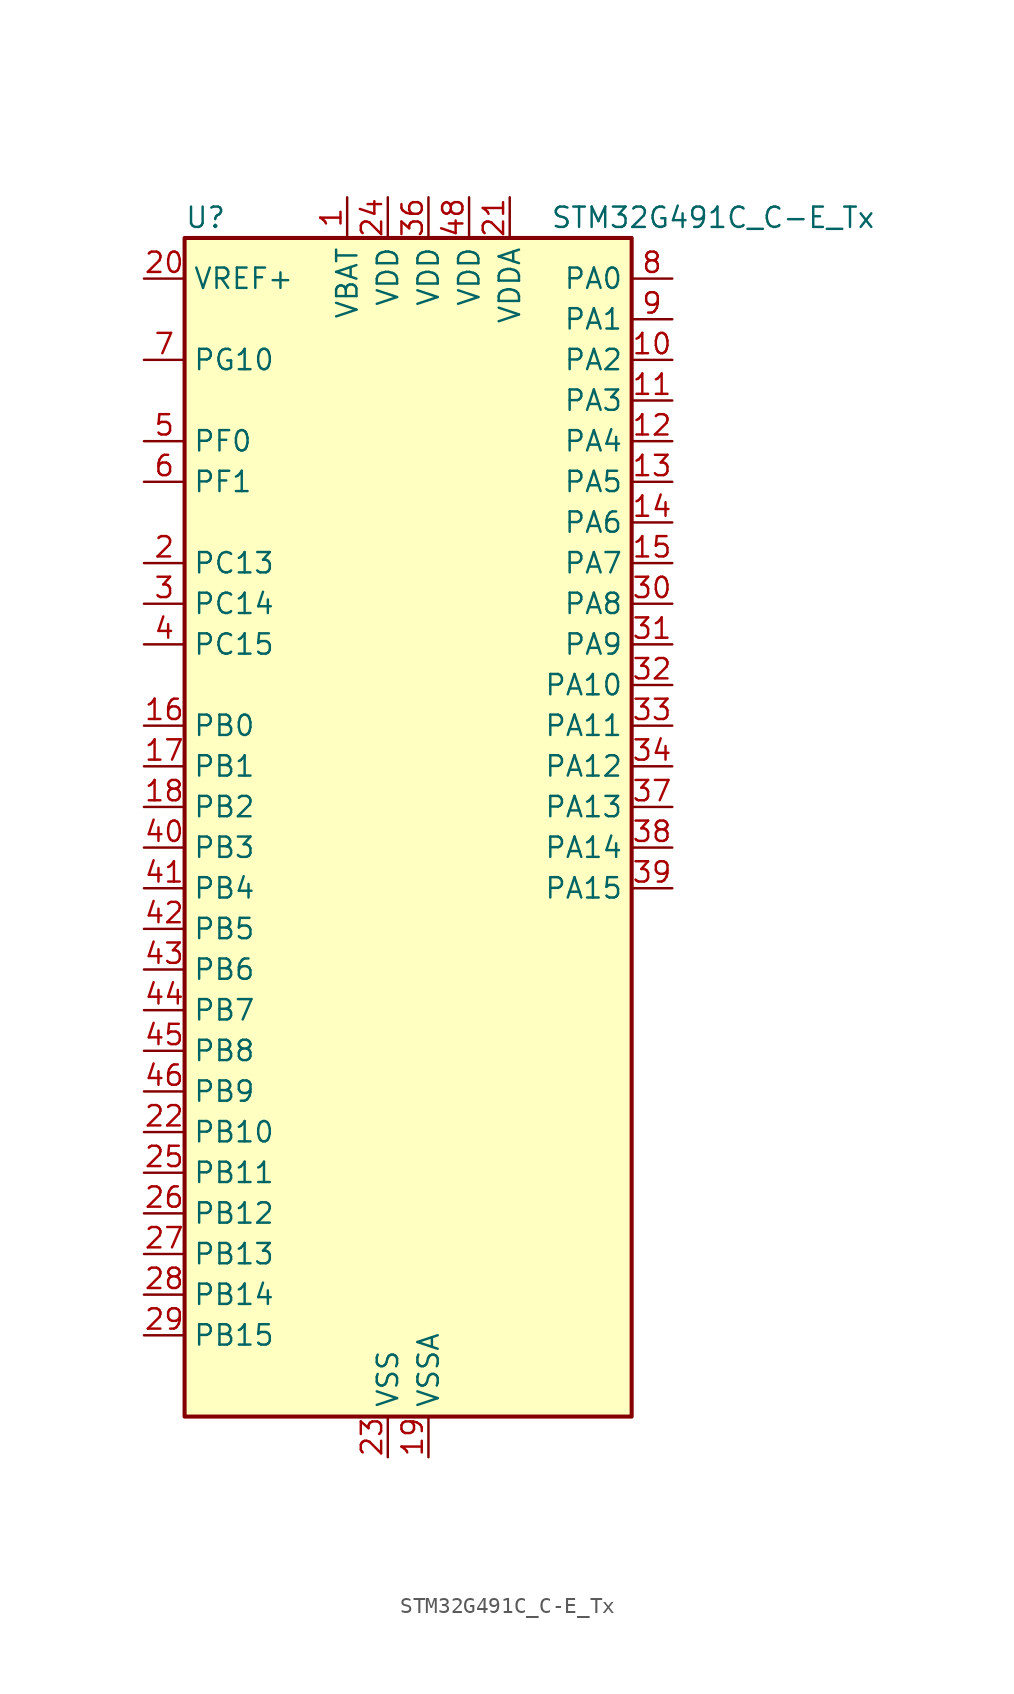
<source format=kicad_sym>
(kicad_symbol_lib
  (version 20231120)
  (generator "kicad_symbol_editor")
  (generator_version "8.0")
  (symbol "STM32G491C_C-E_Tx"
    (property "Reference" "U"
      (at -12.7 39.37 0)
      (effects (font (size 1.27 1.27)) (justify left)))
    (property "Value" "STM32G491C_C-E_Tx"
      (at 10.16 39.37 0)
      (effects (font (size 1.27 1.27)) (justify left)))
    (property "ki_locked" ""
      (at 0 0 0)
      (effects (font (size 1.27 1.27))))
    (symbol "STM32G491C_C-E_Tx_0_1"
      (rectangle (start -12.7 -35.56) (end 15.24 38.1) (stroke (width 0.254) (type default)) (fill (type background))))
    (symbol "STM32G491C_C-E_Tx_1_1"
      (pin power_in line (at -2.54 40.64 270) (length 2.54) (name "VBAT" (effects (font (size 1.27 1.27)))) (number "1" (effects (font (size 1.27 1.27)))))
      (pin bidirectional line (at 17.78 30.48 180) (length 2.54) (name "PA2" (effects (font (size 1.27 1.27)))) (number "10" (effects (font (size 1.27 1.27)))) (alternate "ADC1_IN3" bidirectional line) (alternate "ADC3_EXTI2" bidirectional line) (alternate "COMP2_INM" bidirectional line) (alternate "COMP2_OUT" bidirectional line) (alternate "LPUART1_TX" bidirectional line) (alternate "OPAMP1_VOUT" bidirectional line) (alternate "QUADSPI1_BK1_NCS" bidirectional line) (alternate "RCC_LSCO" bidirectional line) (alternate "SYS_WKUP4" bidirectional line) (alternate "TIM15_CH1" bidirectional line) (alternate "TIM2_CH3" bidirectional line) (alternate "UCPD1_FRSTX1" bidirectional line) (alternate "UCPD1_FRSTX2" bidirectional line) (alternate "USART2_TX" bidirectional line))
      (pin bidirectional line (at 17.78 27.94 180) (length 2.54) (name "PA3" (effects (font (size 1.27 1.27)))) (number "11" (effects (font (size 1.27 1.27)))) (alternate "ADC1_IN4" bidirectional line) (alternate "ADC3_EXTI3" bidirectional line) (alternate "COMP2_INP" bidirectional line) (alternate "LPUART1_RX" bidirectional line) (alternate "OPAMP1_VINM" bidirectional line) (alternate "OPAMP1_VINM0" bidirectional line) (alternate "OPAMP1_VINM_SEC" bidirectional line) (alternate "OPAMP1_VINP" bidirectional line) (alternate "OPAMP1_VINP_SEC" bidirectional line) (alternate "QUADSPI1_CLK" bidirectional line) (alternate "SAI1_CK1" bidirectional line) (alternate "SAI1_MCLK_A" bidirectional line) (alternate "TIM15_CH2" bidirectional line) (alternate "TIM2_CH4" bidirectional line) (alternate "USART2_RX" bidirectional line))
      (pin bidirectional line (at 17.78 25.4 180) (length 2.54) (name "PA4" (effects (font (size 1.27 1.27)))) (number "12" (effects (font (size 1.27 1.27)))) (alternate "ADC2_IN17" bidirectional line) (alternate "COMP1_INM" bidirectional line) (alternate "DAC1_OUT1" bidirectional line) (alternate "I2S3_WS" bidirectional line) (alternate "SAI1_FS_B" bidirectional line) (alternate "SPI1_NSS" bidirectional line) (alternate "SPI3_NSS" bidirectional line) (alternate "TIM3_CH2" bidirectional line) (alternate "USART2_CK" bidirectional line))
      (pin bidirectional line (at 17.78 22.86 180) (length 2.54) (name "PA5" (effects (font (size 1.27 1.27)))) (number "13" (effects (font (size 1.27 1.27)))) (alternate "ADC2_IN13" bidirectional line) (alternate "COMP2_INM" bidirectional line) (alternate "DAC1_OUT2" bidirectional line) (alternate "OPAMP2_VINM" bidirectional line) (alternate "OPAMP2_VINM0" bidirectional line) (alternate "OPAMP2_VINM_SEC" bidirectional line) (alternate "SPI1_SCK" bidirectional line) (alternate "TIM2_CH1" bidirectional line) (alternate "TIM2_ETR" bidirectional line) (alternate "UCPD1_FRSTX1" bidirectional line) (alternate "UCPD1_FRSTX2" bidirectional line))
      (pin bidirectional line (at 17.78 20.32 180) (length 2.54) (name "PA6" (effects (font (size 1.27 1.27)))) (number "14" (effects (font (size 1.27 1.27)))) (alternate "ADC2_IN3" bidirectional line) (alternate "COMP1_OUT" bidirectional line) (alternate "LPUART1_CTS" bidirectional line) (alternate "OPAMP2_VOUT" bidirectional line) (alternate "QUADSPI1_BK1_IO3" bidirectional line) (alternate "SPI1_MISO" bidirectional line) (alternate "TIM16_CH1" bidirectional line) (alternate "TIM1_BKIN" bidirectional line) (alternate "TIM3_CH1" bidirectional line) (alternate "TIM8_BKIN" bidirectional line))
      (pin bidirectional line (at 17.78 17.78 180) (length 2.54) (name "PA7" (effects (font (size 1.27 1.27)))) (number "15" (effects (font (size 1.27 1.27)))) (alternate "ADC2_IN4" bidirectional line) (alternate "COMP2_INP" bidirectional line) (alternate "COMP2_OUT" bidirectional line) (alternate "OPAMP1_VINP" bidirectional line) (alternate "OPAMP1_VINP_SEC" bidirectional line) (alternate "OPAMP2_VINP" bidirectional line) (alternate "OPAMP2_VINP_SEC" bidirectional line) (alternate "QUADSPI1_BK1_IO2" bidirectional line) (alternate "SPI1_MOSI" bidirectional line) (alternate "TIM17_CH1" bidirectional line) (alternate "TIM1_CH1N" bidirectional line) (alternate "TIM3_CH2" bidirectional line) (alternate "TIM8_CH1N" bidirectional line) (alternate "UCPD1_FRSTX1" bidirectional line) (alternate "UCPD1_FRSTX2" bidirectional line))
      (pin bidirectional line (at -15.24 7.62 0) (length 2.54) (name "PB0" (effects (font (size 1.27 1.27)))) (number "16" (effects (font (size 1.27 1.27)))) (alternate "ADC1_IN15" bidirectional line) (alternate "ADC3_IN12" bidirectional line) (alternate "COMP4_INP" bidirectional line) (alternate "OPAMP2_VINP" bidirectional line) (alternate "OPAMP2_VINP_SEC" bidirectional line) (alternate "OPAMP3_VINP" bidirectional line) (alternate "OPAMP3_VINP_SEC" bidirectional line) (alternate "QUADSPI1_BK1_IO1" bidirectional line) (alternate "TIM1_CH2N" bidirectional line) (alternate "TIM3_CH3" bidirectional line) (alternate "TIM8_CH2N" bidirectional line) (alternate "UCPD1_FRSTX1" bidirectional line) (alternate "UCPD1_FRSTX2" bidirectional line))
      (pin bidirectional line (at -15.24 5.08 0) (length 2.54) (name "PB1" (effects (font (size 1.27 1.27)))) (number "17" (effects (font (size 1.27 1.27)))) (alternate "ADC1_IN12" bidirectional line) (alternate "ADC3_IN1" bidirectional line) (alternate "COMP1_INP" bidirectional line) (alternate "COMP4_OUT" bidirectional line) (alternate "LPUART1_DE" bidirectional line) (alternate "LPUART1_RTS" bidirectional line) (alternate "OPAMP3_VOUT" bidirectional line) (alternate "OPAMP6_VINM" bidirectional line) (alternate "OPAMP6_VINM1" bidirectional line) (alternate "OPAMP6_VINM_SEC" bidirectional line) (alternate "QUADSPI1_BK1_IO0" bidirectional line) (alternate "TIM1_CH3N" bidirectional line) (alternate "TIM3_CH4" bidirectional line) (alternate "TIM8_CH3N" bidirectional line))
      (pin bidirectional line (at -15.24 2.54 0) (length 2.54) (name "PB2" (effects (font (size 1.27 1.27)))) (number "18" (effects (font (size 1.27 1.27)))) (alternate "ADC2_IN12" bidirectional line) (alternate "ADC3_EXTI2" bidirectional line) (alternate "COMP4_INM" bidirectional line) (alternate "I2C3_SMBA" bidirectional line) (alternate "LPTIM1_OUT" bidirectional line) (alternate "OPAMP3_VINM" bidirectional line) (alternate "OPAMP3_VINM0" bidirectional line) (alternate "OPAMP3_VINM_SEC" bidirectional line) (alternate "QUADSPI1_BK2_IO1" bidirectional line) (alternate "RTC_OUT2" bidirectional line) (alternate "TIM20_CH1" bidirectional line))
      (pin power_in line (at 2.54 -38.1 90) (length 2.54) (name "VSSA" (effects (font (size 1.27 1.27)))) (number "19" (effects (font (size 1.27 1.27)))))
      (pin bidirectional line (at -15.24 17.78 0) (length 2.54) (name "PC13" (effects (font (size 1.27 1.27)))) (number "2" (effects (font (size 1.27 1.27)))) (alternate "RTC_OUT1" bidirectional line) (alternate "RTC_TAMP1" bidirectional line) (alternate "RTC_TS" bidirectional line) (alternate "SYS_WKUP2" bidirectional line) (alternate "TIM1_BKIN" bidirectional line) (alternate "TIM1_CH1N" bidirectional line) (alternate "TIM8_CH4N" bidirectional line))
      (pin input line (at -15.24 35.56 0) (length 2.54) (name "VREF+" (effects (font (size 1.27 1.27)))) (number "20" (effects (font (size 1.27 1.27)))) (alternate "VREFBUF_OUT" bidirectional line))
      (pin power_in line (at 7.62 40.64 270) (length 2.54) (name "VDDA" (effects (font (size 1.27 1.27)))) (number "21" (effects (font (size 1.27 1.27)))))
      (pin bidirectional line (at -15.24 -17.78 0) (length 2.54) (name "PB10" (effects (font (size 1.27 1.27)))) (number "22" (effects (font (size 1.27 1.27)))) (alternate "DAC1_EXTI10" bidirectional line) (alternate "DAC3_EXTI10" bidirectional line) (alternate "LPUART1_RX" bidirectional line) (alternate "OPAMP3_VINM" bidirectional line) (alternate "OPAMP3_VINM1" bidirectional line) (alternate "OPAMP3_VINM_SEC" bidirectional line) (alternate "QUADSPI1_CLK" bidirectional line) (alternate "SAI1_SCK_A" bidirectional line) (alternate "TIM1_BKIN" bidirectional line) (alternate "TIM2_CH3" bidirectional line) (alternate "USART3_TX" bidirectional line))
      (pin power_in line (at 0 -38.1 90) (length 2.54) (name "VSS" (effects (font (size 1.27 1.27)))) (number "23" (effects (font (size 1.27 1.27)))))
      (pin power_in line (at 0 40.64 270) (length 2.54) (name "VDD" (effects (font (size 1.27 1.27)))) (number "24" (effects (font (size 1.27 1.27)))))
      (pin bidirectional line (at -15.24 -20.32 0) (length 2.54) (name "PB11" (effects (font (size 1.27 1.27)))) (number "25" (effects (font (size 1.27 1.27)))) (alternate "ADC1_EXTI11" bidirectional line) (alternate "ADC1_IN14" bidirectional line) (alternate "ADC2_EXTI11" bidirectional line) (alternate "ADC2_IN14" bidirectional line) (alternate "LPUART1_TX" bidirectional line) (alternate "OPAMP6_VOUT" bidirectional line) (alternate "QUADSPI1_BK1_NCS" bidirectional line) (alternate "TIM2_CH4" bidirectional line) (alternate "USART3_RX" bidirectional line))
      (pin bidirectional line (at -15.24 -22.86 0) (length 2.54) (name "PB12" (effects (font (size 1.27 1.27)))) (number "26" (effects (font (size 1.27 1.27)))) (alternate "ADC1_IN11" bidirectional line) (alternate "FDCAN2_RX" bidirectional line) (alternate "I2C2_SMBA" bidirectional line) (alternate "I2S2_WS" bidirectional line) (alternate "LPUART1_DE" bidirectional line) (alternate "LPUART1_RTS" bidirectional line) (alternate "OPAMP6_VINP" bidirectional line) (alternate "OPAMP6_VINP_SEC" bidirectional line) (alternate "SPI2_NSS" bidirectional line) (alternate "TIM1_BKIN" bidirectional line) (alternate "USART3_CK" bidirectional line))
      (pin bidirectional line (at -15.24 -25.4 0) (length 2.54) (name "PB13" (effects (font (size 1.27 1.27)))) (number "27" (effects (font (size 1.27 1.27)))) (alternate "ADC3_IN5" bidirectional line) (alternate "FDCAN2_TX" bidirectional line) (alternate "I2S2_CK" bidirectional line) (alternate "LPUART1_CTS" bidirectional line) (alternate "OPAMP3_VINP" bidirectional line) (alternate "OPAMP3_VINP_SEC" bidirectional line) (alternate "OPAMP6_VINP" bidirectional line) (alternate "OPAMP6_VINP_SEC" bidirectional line) (alternate "SPI2_SCK" bidirectional line) (alternate "TIM1_CH1N" bidirectional line) (alternate "USART3_CTS" bidirectional line) (alternate "USART3_NSS" bidirectional line))
      (pin bidirectional line (at -15.24 -27.94 0) (length 2.54) (name "PB14" (effects (font (size 1.27 1.27)))) (number "28" (effects (font (size 1.27 1.27)))) (alternate "ADC1_IN5" bidirectional line) (alternate "COMP4_OUT" bidirectional line) (alternate "OPAMP2_VINP" bidirectional line) (alternate "OPAMP2_VINP_SEC" bidirectional line) (alternate "SPI2_MISO" bidirectional line) (alternate "TIM15_CH1" bidirectional line) (alternate "TIM1_CH2N" bidirectional line) (alternate "USART3_DE" bidirectional line) (alternate "USART3_RTS" bidirectional line))
      (pin bidirectional line (at -15.24 -30.48 0) (length 2.54) (name "PB15" (effects (font (size 1.27 1.27)))) (number "29" (effects (font (size 1.27 1.27)))) (alternate "ADC1_EXTI15" bidirectional line) (alternate "ADC2_EXTI15" bidirectional line) (alternate "ADC2_IN15" bidirectional line) (alternate "COMP3_OUT" bidirectional line) (alternate "I2S2_SD" bidirectional line) (alternate "RTC_REFIN" bidirectional line) (alternate "SPI2_MOSI" bidirectional line) (alternate "TIM15_CH1N" bidirectional line) (alternate "TIM15_CH2" bidirectional line) (alternate "TIM1_CH3N" bidirectional line))
      (pin bidirectional line (at -15.24 15.24 0) (length 2.54) (name "PC14" (effects (font (size 1.27 1.27)))) (number "3" (effects (font (size 1.27 1.27)))) (alternate "RCC_OSC32_IN" bidirectional line))
      (pin bidirectional line (at 17.78 15.24 180) (length 2.54) (name "PA8" (effects (font (size 1.27 1.27)))) (number "30" (effects (font (size 1.27 1.27)))) (alternate "I2C2_SDA" bidirectional line) (alternate "I2C3_SCL" bidirectional line) (alternate "I2S2_MCK" bidirectional line) (alternate "RCC_MCO" bidirectional line) (alternate "SAI1_CK2" bidirectional line) (alternate "SAI1_SCK_A" bidirectional line) (alternate "TIM1_CH1" bidirectional line) (alternate "TIM4_ETR" bidirectional line) (alternate "USART1_CK" bidirectional line))
      (pin bidirectional line (at 17.78 12.7 180) (length 2.54) (name "PA9" (effects (font (size 1.27 1.27)))) (number "31" (effects (font (size 1.27 1.27)))) (alternate "DAC1_EXTI9" bidirectional line) (alternate "DAC3_EXTI9" bidirectional line) (alternate "I2C2_SCL" bidirectional line) (alternate "I2C3_SMBA" bidirectional line) (alternate "I2S3_MCK" bidirectional line) (alternate "SAI1_FS_A" bidirectional line) (alternate "TIM15_BKIN" bidirectional line) (alternate "TIM1_CH2" bidirectional line) (alternate "TIM2_CH3" bidirectional line) (alternate "UCPD1_DBCC1" bidirectional line) (alternate "USART1_TX" bidirectional line))
      (pin bidirectional line (at 17.78 10.16 180) (length 2.54) (name "PA10" (effects (font (size 1.27 1.27)))) (number "32" (effects (font (size 1.27 1.27)))) (alternate "CRS_SYNC" bidirectional line) (alternate "DAC1_EXTI10" bidirectional line) (alternate "DAC3_EXTI10" bidirectional line) (alternate "I2C2_SMBA" bidirectional line) (alternate "SAI1_D1" bidirectional line) (alternate "SAI1_SD_A" bidirectional line) (alternate "SPI2_MISO" bidirectional line) (alternate "TIM17_BKIN" bidirectional line) (alternate "TIM1_CH3" bidirectional line) (alternate "TIM2_CH4" bidirectional line) (alternate "TIM8_BKIN" bidirectional line) (alternate "UCPD1_DBCC2" bidirectional line) (alternate "USART1_RX" bidirectional line))
      (pin bidirectional line (at 17.78 7.62 180) (length 2.54) (name "PA11" (effects (font (size 1.27 1.27)))) (number "33" (effects (font (size 1.27 1.27)))) (alternate "ADC1_EXTI11" bidirectional line) (alternate "ADC2_EXTI11" bidirectional line) (alternate "COMP1_OUT" bidirectional line) (alternate "FDCAN1_RX" bidirectional line) (alternate "I2S2_SD" bidirectional line) (alternate "SPI2_MOSI" bidirectional line) (alternate "TIM1_BKIN2" bidirectional line) (alternate "TIM1_CH1N" bidirectional line) (alternate "TIM1_CH4" bidirectional line) (alternate "TIM4_CH1" bidirectional line) (alternate "USART1_CTS" bidirectional line) (alternate "USART1_NSS" bidirectional line) (alternate "USB_DM" bidirectional line))
      (pin bidirectional line (at 17.78 5.08 180) (length 2.54) (name "PA12" (effects (font (size 1.27 1.27)))) (number "34" (effects (font (size 1.27 1.27)))) (alternate "COMP2_OUT" bidirectional line) (alternate "FDCAN1_TX" bidirectional line) (alternate "I2S_CKIN" bidirectional line) (alternate "TIM16_CH1" bidirectional line) (alternate "TIM1_CH2N" bidirectional line) (alternate "TIM1_ETR" bidirectional line) (alternate "TIM4_CH2" bidirectional line) (alternate "USART1_DE" bidirectional line) (alternate "USART1_RTS" bidirectional line) (alternate "USB_DP" bidirectional line))
      (pin passive line (at 0 -38.1 90) (length 2.54) hide (name "VSS" (effects (font (size 1.27 1.27)))) (number "35" (effects (font (size 1.27 1.27)))))
      (pin power_in line (at 2.54 40.64 270) (length 2.54) (name "VDD" (effects (font (size 1.27 1.27)))) (number "36" (effects (font (size 1.27 1.27)))))
      (pin bidirectional line (at 17.78 2.54 180) (length 2.54) (name "PA13" (effects (font (size 1.27 1.27)))) (number "37" (effects (font (size 1.27 1.27)))) (alternate "I2C1_SCL" bidirectional line) (alternate "IR_OUT" bidirectional line) (alternate "SAI1_SD_B" bidirectional line) (alternate "SYS_JTMS-SWDIO" bidirectional line) (alternate "TIM16_CH1N" bidirectional line) (alternate "TIM4_CH3" bidirectional line) (alternate "USART3_CTS" bidirectional line) (alternate "USART3_NSS" bidirectional line))
      (pin bidirectional line (at 17.78 0 180) (length 2.54) (name "PA14" (effects (font (size 1.27 1.27)))) (number "38" (effects (font (size 1.27 1.27)))) (alternate "I2C1_SDA" bidirectional line) (alternate "LPTIM1_OUT" bidirectional line) (alternate "SAI1_FS_B" bidirectional line) (alternate "SYS_JTCK-SWCLK" bidirectional line) (alternate "TIM1_BKIN" bidirectional line) (alternate "TIM8_CH2" bidirectional line) (alternate "USART2_TX" bidirectional line))
      (pin bidirectional line (at 17.78 -2.54 180) (length 2.54) (name "PA15" (effects (font (size 1.27 1.27)))) (number "39" (effects (font (size 1.27 1.27)))) (alternate "ADC1_EXTI15" bidirectional line) (alternate "ADC2_EXTI15" bidirectional line) (alternate "I2C1_SCL" bidirectional line) (alternate "I2S3_WS" bidirectional line) (alternate "SPI1_NSS" bidirectional line) (alternate "SPI3_NSS" bidirectional line) (alternate "SYS_JTDI" bidirectional line) (alternate "TIM1_BKIN" bidirectional line) (alternate "TIM20_ETR" bidirectional line) (alternate "TIM2_CH1" bidirectional line) (alternate "TIM2_ETR" bidirectional line) (alternate "TIM8_CH1" bidirectional line) (alternate "USART2_RX" bidirectional line))
      (pin bidirectional line (at -15.24 12.7 0) (length 2.54) (name "PC15" (effects (font (size 1.27 1.27)))) (number "4" (effects (font (size 1.27 1.27)))) (alternate "ADC1_EXTI15" bidirectional line) (alternate "ADC2_EXTI15" bidirectional line) (alternate "RCC_OSC32_OUT" bidirectional line))
      (pin bidirectional line (at -15.24 0 0) (length 2.54) (name "PB3" (effects (font (size 1.27 1.27)))) (number "40" (effects (font (size 1.27 1.27)))) (alternate "ADC3_EXTI3" bidirectional line) (alternate "CRS_SYNC" bidirectional line) (alternate "I2S3_CK" bidirectional line) (alternate "SAI1_SCK_B" bidirectional line) (alternate "SPI1_SCK" bidirectional line) (alternate "SPI3_SCK" bidirectional line) (alternate "SYS_JTDO-SWO" bidirectional line) (alternate "TIM2_CH2" bidirectional line) (alternate "TIM3_ETR" bidirectional line) (alternate "TIM4_ETR" bidirectional line) (alternate "TIM8_CH1N" bidirectional line) (alternate "USART2_TX" bidirectional line))
      (pin bidirectional line (at -15.24 -2.54 0) (length 2.54) (name "PB4" (effects (font (size 1.27 1.27)))) (number "41" (effects (font (size 1.27 1.27)))) (alternate "SAI1_MCLK_B" bidirectional line) (alternate "SPI1_MISO" bidirectional line) (alternate "SPI3_MISO" bidirectional line) (alternate "SYS_JTRST" bidirectional line) (alternate "TIM16_CH1" bidirectional line) (alternate "TIM17_BKIN" bidirectional line) (alternate "TIM3_CH1" bidirectional line) (alternate "TIM8_CH2N" bidirectional line) (alternate "UCPD1_CC2" bidirectional line) (alternate "USART2_RX" bidirectional line))
      (pin bidirectional line (at -15.24 -5.08 0) (length 2.54) (name "PB5" (effects (font (size 1.27 1.27)))) (number "42" (effects (font (size 1.27 1.27)))) (alternate "FDCAN2_RX" bidirectional line) (alternate "I2C1_SMBA" bidirectional line) (alternate "I2C3_SDA" bidirectional line) (alternate "I2S3_SD" bidirectional line) (alternate "LPTIM1_IN1" bidirectional line) (alternate "SAI1_SD_B" bidirectional line) (alternate "SPI1_MOSI" bidirectional line) (alternate "SPI3_MOSI" bidirectional line) (alternate "TIM16_BKIN" bidirectional line) (alternate "TIM17_CH1" bidirectional line) (alternate "TIM3_CH2" bidirectional line) (alternate "TIM8_CH3N" bidirectional line) (alternate "USART2_CK" bidirectional line))
      (pin bidirectional line (at -15.24 -7.62 0) (length 2.54) (name "PB6" (effects (font (size 1.27 1.27)))) (number "43" (effects (font (size 1.27 1.27)))) (alternate "COMP4_OUT" bidirectional line) (alternate "FDCAN2_TX" bidirectional line) (alternate "LPTIM1_ETR" bidirectional line) (alternate "SAI1_FS_B" bidirectional line) (alternate "TIM16_CH1N" bidirectional line) (alternate "TIM4_CH1" bidirectional line) (alternate "TIM8_BKIN2" bidirectional line) (alternate "TIM8_CH1" bidirectional line) (alternate "TIM8_ETR" bidirectional line) (alternate "UCPD1_CC1" bidirectional line) (alternate "USART1_TX" bidirectional line))
      (pin bidirectional line (at -15.24 -10.16 0) (length 2.54) (name "PB7" (effects (font (size 1.27 1.27)))) (number "44" (effects (font (size 1.27 1.27)))) (alternate "COMP3_OUT" bidirectional line) (alternate "I2C1_SDA" bidirectional line) (alternate "LPTIM1_IN2" bidirectional line) (alternate "SYS_PVD_IN" bidirectional line) (alternate "TIM17_CH1N" bidirectional line) (alternate "TIM3_CH4" bidirectional line) (alternate "TIM4_CH2" bidirectional line) (alternate "TIM8_BKIN" bidirectional line) (alternate "USART1_RX" bidirectional line))
      (pin bidirectional line (at -15.24 -12.7 0) (length 2.54) (name "PB8" (effects (font (size 1.27 1.27)))) (number "45" (effects (font (size 1.27 1.27)))) (alternate "COMP1_OUT" bidirectional line) (alternate "FDCAN1_RX" bidirectional line) (alternate "I2C1_SCL" bidirectional line) (alternate "SAI1_CK1" bidirectional line) (alternate "SAI1_MCLK_A" bidirectional line) (alternate "TIM16_CH1" bidirectional line) (alternate "TIM1_BKIN" bidirectional line) (alternate "TIM4_CH3" bidirectional line) (alternate "TIM8_CH2" bidirectional line) (alternate "USART3_RX" bidirectional line))
      (pin bidirectional line (at -15.24 -15.24 0) (length 2.54) (name "PB9" (effects (font (size 1.27 1.27)))) (number "46" (effects (font (size 1.27 1.27)))) (alternate "COMP2_OUT" bidirectional line) (alternate "DAC1_EXTI9" bidirectional line) (alternate "DAC3_EXTI9" bidirectional line) (alternate "FDCAN1_TX" bidirectional line) (alternate "I2C1_SDA" bidirectional line) (alternate "IR_OUT" bidirectional line) (alternate "SAI1_D2" bidirectional line) (alternate "SAI1_FS_A" bidirectional line) (alternate "TIM17_CH1" bidirectional line) (alternate "TIM1_CH3N" bidirectional line) (alternate "TIM4_CH4" bidirectional line) (alternate "TIM8_CH3" bidirectional line) (alternate "USART3_TX" bidirectional line))
      (pin passive line (at 0 -38.1 90) (length 2.54) hide (name "VSS" (effects (font (size 1.27 1.27)))) (number "47" (effects (font (size 1.27 1.27)))))
      (pin power_in line (at 5.08 40.64 270) (length 2.54) (name "VDD" (effects (font (size 1.27 1.27)))) (number "48" (effects (font (size 1.27 1.27)))))
      (pin bidirectional line (at -15.24 25.4 0) (length 2.54) (name "PF0" (effects (font (size 1.27 1.27)))) (number "5" (effects (font (size 1.27 1.27)))) (alternate "ADC1_IN10" bidirectional line) (alternate "I2C2_SDA" bidirectional line) (alternate "I2S2_WS" bidirectional line) (alternate "RCC_OSC_IN" bidirectional line) (alternate "SPI2_NSS" bidirectional line) (alternate "TIM1_CH3N" bidirectional line))
      (pin bidirectional line (at -15.24 22.86 0) (length 2.54) (name "PF1" (effects (font (size 1.27 1.27)))) (number "6" (effects (font (size 1.27 1.27)))) (alternate "ADC2_IN10" bidirectional line) (alternate "COMP3_INM" bidirectional line) (alternate "I2S2_CK" bidirectional line) (alternate "RCC_OSC_OUT" bidirectional line) (alternate "SPI2_SCK" bidirectional line))
      (pin bidirectional line (at -15.24 30.48 0) (length 2.54) (name "PG10" (effects (font (size 1.27 1.27)))) (number "7" (effects (font (size 1.27 1.27)))) (alternate "DAC1_EXTI10" bidirectional line) (alternate "DAC3_EXTI10" bidirectional line) (alternate "RCC_MCO" bidirectional line))
      (pin bidirectional line (at 17.78 35.56 180) (length 2.54) (name "PA0" (effects (font (size 1.27 1.27)))) (number "8" (effects (font (size 1.27 1.27)))) (alternate "ADC1_IN1" bidirectional line) (alternate "ADC2_IN1" bidirectional line) (alternate "COMP1_INM" bidirectional line) (alternate "COMP1_OUT" bidirectional line) (alternate "COMP3_INP" bidirectional line) (alternate "RTC_TAMP2" bidirectional line) (alternate "SYS_WKUP1" bidirectional line) (alternate "TIM2_CH1" bidirectional line) (alternate "TIM2_ETR" bidirectional line) (alternate "TIM8_BKIN" bidirectional line) (alternate "TIM8_ETR" bidirectional line) (alternate "USART2_CTS" bidirectional line) (alternate "USART2_NSS" bidirectional line))
      (pin bidirectional line (at 17.78 33.02 180) (length 2.54) (name "PA1" (effects (font (size 1.27 1.27)))) (number "9" (effects (font (size 1.27 1.27)))) (alternate "ADC1_IN2" bidirectional line) (alternate "ADC2_IN2" bidirectional line) (alternate "COMP1_INP" bidirectional line) (alternate "OPAMP1_VINP" bidirectional line) (alternate "OPAMP1_VINP_SEC" bidirectional line) (alternate "OPAMP3_VINP" bidirectional line) (alternate "OPAMP3_VINP_SEC" bidirectional line) (alternate "OPAMP6_VINM" bidirectional line) (alternate "OPAMP6_VINM0" bidirectional line) (alternate "OPAMP6_VINM_SEC" bidirectional line) (alternate "RTC_REFIN" bidirectional line) (alternate "TIM15_CH1N" bidirectional line) (alternate "TIM2_CH2" bidirectional line) (alternate "USART2_DE" bidirectional line) (alternate "USART2_RTS" bidirectional line)))))
</source>
